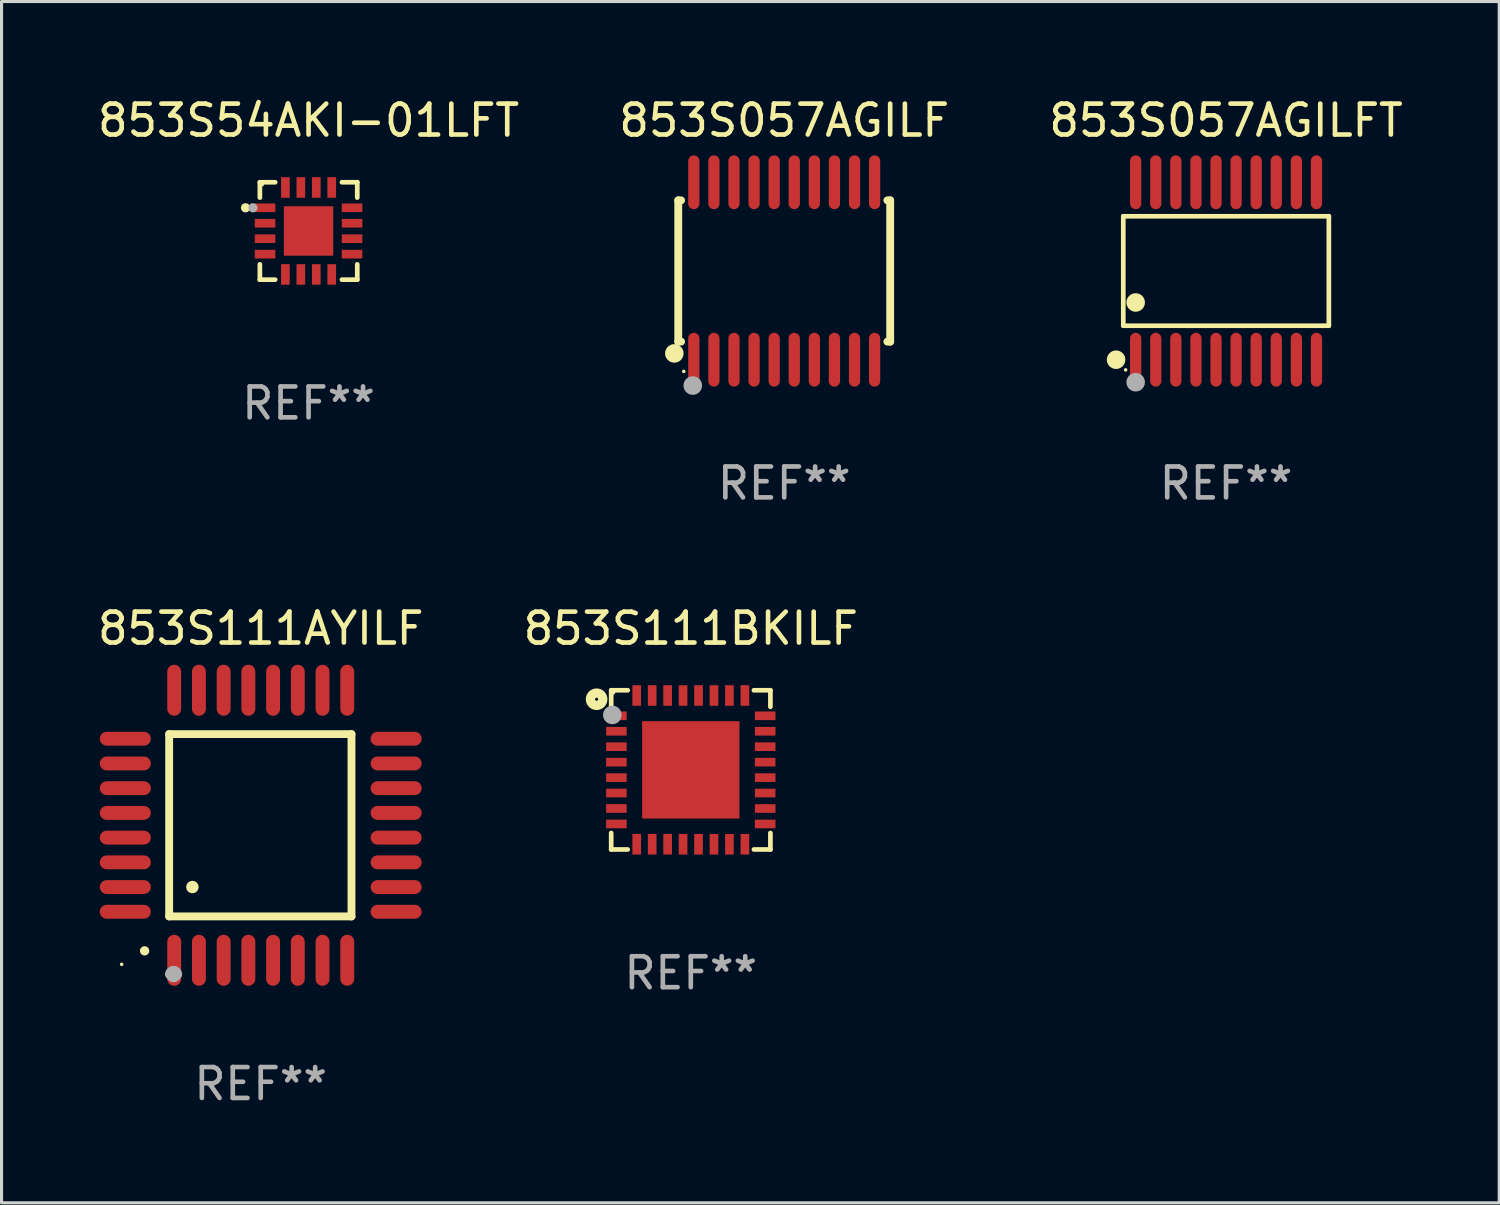
<source format=kicad_pcb>
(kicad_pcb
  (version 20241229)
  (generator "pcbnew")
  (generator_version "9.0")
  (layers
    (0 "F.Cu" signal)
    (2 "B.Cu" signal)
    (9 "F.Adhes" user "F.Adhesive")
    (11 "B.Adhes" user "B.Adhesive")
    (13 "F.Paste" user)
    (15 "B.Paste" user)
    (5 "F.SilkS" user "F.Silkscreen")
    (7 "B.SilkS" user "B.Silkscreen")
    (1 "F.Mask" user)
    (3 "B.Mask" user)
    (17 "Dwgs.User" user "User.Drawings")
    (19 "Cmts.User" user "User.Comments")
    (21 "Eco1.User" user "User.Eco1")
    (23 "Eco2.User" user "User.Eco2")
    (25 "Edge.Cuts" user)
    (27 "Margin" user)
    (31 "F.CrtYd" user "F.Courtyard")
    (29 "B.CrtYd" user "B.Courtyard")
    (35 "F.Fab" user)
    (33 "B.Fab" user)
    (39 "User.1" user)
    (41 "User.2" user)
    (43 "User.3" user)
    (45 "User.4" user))
  (footprint "853S057AGILFT"
    (layer "F.Cu")
    (at 36.625 5.719)
    (property "Reference" "853S057AGILFT" (at 0 -4.871 0) (layer "F.SilkS") (effects (font (size 1 1) (thickness 0.15))))
    (attr through_hole)
    (fp_line (start -3.326 -1.771) (end 3.326 -1.771) (stroke (width 0.152) (type solid)) (layer "F.SilkS"))
    (fp_line (start -3.326 1.771) (end -3.326 -1.771) (stroke (width 0.152) (type solid)) (layer "F.SilkS"))
    (fp_line (start 3.326 -1.771) (end 3.326 1.771) (stroke (width 0.152) (type solid)) (layer "F.SilkS"))
    (fp_line (start 3.326 1.771) (end -3.326 1.771) (stroke (width 0.152) (type solid)) (layer "F.SilkS"))
    (fp_circle (center -3.559 2.871) (end -3.409 2.871) (stroke (width 0.3) (type solid)) (fill no) (layer "F.SilkS"))
    (fp_circle (center -3.25 3.2) (end -3.22 3.2) (stroke (width 0.06) (type solid)) (fill no) (layer "F.SilkS"))
    (fp_circle (center -2.925 1.019) (end -2.775 1.019) (stroke (width 0.3) (type solid)) (fill no) (layer "F.SilkS"))
    (fp_circle (center -2.925 3.6) (end -2.775 3.6) (stroke (width 0.3) (type solid)) (fill no) (layer "F.Fab"))
    (fp_text user "REF**" (at 0 6.871 0) (layer "F.Fab") (effects (font (size 1 1) (thickness 0.15))))
    (pad "1" smd oval (at -2.925 2.871) (size 0.364 1.742) (layers "F.Cu" "F.Mask" "F.Paste"))
    (pad "2" smd oval (at -2.275 2.871) (size 0.364 1.742) (layers "F.Cu" "F.Mask" "F.Paste"))
    (pad "3" smd oval (at -1.625 2.871) (size 0.364 1.742) (layers "F.Cu" "F.Mask" "F.Paste"))
    (pad "4" smd oval (at -0.975 2.871) (size 0.364 1.742) (layers "F.Cu" "F.Mask" "F.Paste"))
    (pad "5" smd oval (at -0.325 2.871) (size 0.364 1.742) (layers "F.Cu" "F.Mask" "F.Paste"))
    (pad "6" smd oval (at 0.325 2.871) (size 0.364 1.742) (layers "F.Cu" "F.Mask" "F.Paste"))
    (pad "7" smd oval (at 0.975 2.871) (size 0.364 1.742) (layers "F.Cu" "F.Mask" "F.Paste"))
    (pad "8" smd oval (at 1.625 2.871) (size 0.364 1.742) (layers "F.Cu" "F.Mask" "F.Paste"))
    (pad "9" smd oval (at 2.275 2.871) (size 0.364 1.742) (layers "F.Cu" "F.Mask" "F.Paste"))
    (pad "10" smd oval (at 2.925 2.871) (size 0.364 1.742) (layers "F.Cu" "F.Mask" "F.Paste"))
    (pad "11" smd oval (at 2.925 -2.871) (size 0.364 1.742) (layers "F.Cu" "F.Mask" "F.Paste"))
    (pad "12" smd oval (at 2.275 -2.871) (size 0.364 1.742) (layers "F.Cu" "F.Mask" "F.Paste"))
    (pad "13" smd oval (at 1.625 -2.871) (size 0.364 1.742) (layers "F.Cu" "F.Mask" "F.Paste"))
    (pad "14" smd oval (at 0.975 -2.871) (size 0.364 1.742) (layers "F.Cu" "F.Mask" "F.Paste"))
    (pad "15" smd oval (at 0.325 -2.871) (size 0.364 1.742) (layers "F.Cu" "F.Mask" "F.Paste"))
    (pad "16" smd oval (at -0.325 -2.871) (size 0.364 1.742) (layers "F.Cu" "F.Mask" "F.Paste"))
    (pad "17" smd oval (at -0.975 -2.871) (size 0.364 1.742) (layers "F.Cu" "F.Mask" "F.Paste"))
    (pad "18" smd oval (at -1.625 -2.871) (size 0.364 1.742) (layers "F.Cu" "F.Mask" "F.Paste"))
    (pad "19" smd oval (at -2.275 -2.871) (size 0.364 1.742) (layers "F.Cu" "F.Mask" "F.Paste"))
    (pad "20" smd oval (at -2.925 -2.871) (size 0.364 1.742) (layers "F.Cu" "F.Mask" "F.Paste")))
  (footprint "853S057AGILF"
    (layer "F.Cu")
    (at 22.327 5.719)
    (property "Reference" "853S057AGILF" (at 0 -4.871 0) (layer "F.SilkS") (effects (font (size 1 1) (thickness 0.15))))
    (attr through_hole)
    (fp_line (start -3.429 -2.286) (end -3.429 2.286) (stroke (width 0.254) (type solid)) (layer "F.SilkS"))
    (fp_line (start -3.429 2.286) (end -3.338 2.286) (stroke (width 0.254) (type solid)) (layer "F.SilkS"))
    (fp_line (start -3.338 -2.286) (end -3.429 -2.286) (stroke (width 0.254) (type solid)) (layer "F.SilkS"))
    (fp_line (start 3.338 -2.286) (end 3.429 -2.286) (stroke (width 0.254) (type solid)) (layer "F.SilkS"))
    (fp_line (start 3.429 -2.286) (end 3.429 2.286) (stroke (width 0.254) (type solid)) (layer "F.SilkS"))
    (fp_line (start 3.429 2.286) (end 3.338 2.286) (stroke (width 0.254) (type solid)) (layer "F.SilkS"))
    (fp_circle (center -3.556 2.667) (end -3.406 2.667) (stroke (width 0.3) (type solid)) (fill no) (layer "F.SilkS"))
    (fp_circle (center -3.25 3.25) (end -3.22 3.25) (stroke (width 0.06) (type solid)) (fill no) (layer "F.SilkS"))
    (fp_circle (center -2.959 3.707) (end -2.808 3.707) (stroke (width 0.3) (type solid)) (fill no) (layer "F.Fab"))
    (fp_text user "REF**" (at 0 6.871 0) (layer "F.Fab") (effects (font (size 1 1) (thickness 0.15))))
    (pad "1" smd oval (at -2.925 2.871) (size 0.364 1.742) (layers "F.Cu" "F.Mask" "F.Paste"))
    (pad "2" smd oval (at -2.275 2.871) (size 0.364 1.742) (layers "F.Cu" "F.Mask" "F.Paste"))
    (pad "3" smd oval (at -1.625 2.871) (size 0.364 1.742) (layers "F.Cu" "F.Mask" "F.Paste"))
    (pad "4" smd oval (at -0.975 2.871) (size 0.364 1.742) (layers "F.Cu" "F.Mask" "F.Paste"))
    (pad "5" smd oval (at -0.325 2.871) (size 0.364 1.742) (layers "F.Cu" "F.Mask" "F.Paste"))
    (pad "6" smd oval (at 0.325 2.871) (size 0.364 1.742) (layers "F.Cu" "F.Mask" "F.Paste"))
    (pad "7" smd oval (at 0.975 2.871) (size 0.364 1.742) (layers "F.Cu" "F.Mask" "F.Paste"))
    (pad "8" smd oval (at 1.625 2.871) (size 0.364 1.742) (layers "F.Cu" "F.Mask" "F.Paste"))
    (pad "9" smd oval (at 2.275 2.871) (size 0.364 1.742) (layers "F.Cu" "F.Mask" "F.Paste"))
    (pad "10" smd oval (at 2.925 2.871) (size 0.364 1.742) (layers "F.Cu" "F.Mask" "F.Paste"))
    (pad "11" smd oval (at 2.925 -2.871) (size 0.364 1.742) (layers "F.Cu" "F.Mask" "F.Paste"))
    (pad "12" smd oval (at 2.275 -2.871) (size 0.364 1.742) (layers "F.Cu" "F.Mask" "F.Paste"))
    (pad "13" smd oval (at 1.625 -2.871) (size 0.364 1.742) (layers "F.Cu" "F.Mask" "F.Paste"))
    (pad "14" smd oval (at 0.975 -2.871) (size 0.364 1.742) (layers "F.Cu" "F.Mask" "F.Paste"))
    (pad "15" smd oval (at 0.325 -2.871) (size 0.364 1.742) (layers "F.Cu" "F.Mask" "F.Paste"))
    (pad "16" smd oval (at -0.325 -2.871) (size 0.364 1.742) (layers "F.Cu" "F.Mask" "F.Paste"))
    (pad "17" smd oval (at -0.975 -2.871) (size 0.364 1.742) (layers "F.Cu" "F.Mask" "F.Paste"))
    (pad "18" smd oval (at -1.625 -2.871) (size 0.364 1.742) (layers "F.Cu" "F.Mask" "F.Paste"))
    (pad "19" smd oval (at -2.275 -2.871) (size 0.364 1.742) (layers "F.Cu" "F.Mask" "F.Paste"))
    (pad "20" smd oval (at -2.925 -2.871) (size 0.364 1.742) (layers "F.Cu" "F.Mask" "F.Paste")))
  (footprint "853S111BKILF"
    (layer "F.Cu")
    (at 19.304 21.863)
    (property "Reference" "853S111BKILF" (at 0 -4.576 0) (layer "F.SilkS") (effects (font (size 1 1) (thickness 0.15))))
    (attr through_hole)
    (fp_line (start -2.576 -2.576) (end -2.042 -2.576) (stroke (width 0.152) (type solid)) (layer "F.SilkS"))
    (fp_line (start -2.576 -2.042) (end -2.576 -2.576) (stroke (width 0.152) (type solid)) (layer "F.SilkS"))
    (fp_line (start -2.576 2.042) (end -2.576 2.576) (stroke (width 0.152) (type solid)) (layer "F.SilkS"))
    (fp_line (start -2.576 2.576) (end -2.042 2.576) (stroke (width 0.152) (type solid)) (layer "F.SilkS"))
    (fp_line (start 2.576 -2.576) (end 2.042 -2.576) (stroke (width 0.152) (type solid)) (layer "F.SilkS"))
    (fp_line (start 2.576 -2.042) (end 2.576 -2.576) (stroke (width 0.152) (type solid)) (layer "F.SilkS"))
    (fp_line (start 2.576 2.042) (end 2.576 2.576) (stroke (width 0.152) (type solid)) (layer "F.SilkS"))
    (fp_line (start 2.576 2.576) (end 2.042 2.576) (stroke (width 0.152) (type solid)) (layer "F.SilkS"))
    (fp_circle (center -3.048 -2.286) (end -2.848 -2.286) (stroke (width 0.3) (type solid)) (fill no) (layer "F.SilkS"))
    (fp_circle (center -2.5 -2.5) (end -2.47 -2.5) (stroke (width 0.06) (type solid)) (fill no) (layer "F.SilkS"))
    (fp_circle (center -2.54 -1.778) (end -2.39 -1.778) (stroke (width 0.3) (type solid)) (fill no) (layer "F.Fab"))
    (fp_text user "REF**" (at 0 6.576 0) (layer "F.Fab") (effects (font (size 1 1) (thickness 0.15))))
    (pad "1" smd rect (at -2.407 -1.75) (size 0.665 0.28) (layers "F.Cu" "F.Mask" "F.Paste"))
    (pad "2" smd rect (at -2.407 -1.25) (size 0.665 0.28) (layers "F.Cu" "F.Mask" "F.Paste"))
    (pad "3" smd rect (at -2.407 -0.75) (size 0.665 0.28) (layers "F.Cu" "F.Mask" "F.Paste"))
    (pad "4" smd rect (at -2.407 -0.25) (size 0.665 0.28) (layers "F.Cu" "F.Mask" "F.Paste"))
    (pad "5" smd rect (at -2.407 0.25) (size 0.665 0.28) (layers "F.Cu" "F.Mask" "F.Paste"))
    (pad "6" smd rect (at -2.407 0.75) (size 0.665 0.28) (layers "F.Cu" "F.Mask" "F.Paste"))
    (pad "7" smd rect (at -2.407 1.25) (size 0.665 0.28) (layers "F.Cu" "F.Mask" "F.Paste"))
    (pad "8" smd rect (at -2.407 1.75) (size 0.665 0.28) (layers "F.Cu" "F.Mask" "F.Paste"))
    (pad "9" smd rect (at -1.75 2.407) (size 0.28 0.665) (layers "F.Cu" "F.Mask" "F.Paste"))
    (pad "10" smd rect (at -1.25 2.407) (size 0.28 0.665) (layers "F.Cu" "F.Mask" "F.Paste"))
    (pad "11" smd rect (at -0.75 2.407) (size 0.28 0.665) (layers "F.Cu" "F.Mask" "F.Paste"))
    (pad "12" smd rect (at -0.25 2.407) (size 0.28 0.665) (layers "F.Cu" "F.Mask" "F.Paste"))
    (pad "13" smd rect (at 0.25 2.407) (size 0.28 0.665) (layers "F.Cu" "F.Mask" "F.Paste"))
    (pad "14" smd rect (at 0.75 2.407) (size 0.28 0.665) (layers "F.Cu" "F.Mask" "F.Paste"))
    (pad "15" smd rect (at 1.25 2.407) (size 0.28 0.665) (layers "F.Cu" "F.Mask" "F.Paste"))
    (pad "16" smd rect (at 1.75 2.407) (size 0.28 0.665) (layers "F.Cu" "F.Mask" "F.Paste"))
    (pad "17" smd rect (at 2.407 1.75) (size 0.665 0.28) (layers "F.Cu" "F.Mask" "F.Paste"))
    (pad "18" smd rect (at 2.407 1.25) (size 0.665 0.28) (layers "F.Cu" "F.Mask" "F.Paste"))
    (pad "19" smd rect (at 2.407 0.75) (size 0.665 0.28) (layers "F.Cu" "F.Mask" "F.Paste"))
    (pad "20" smd rect (at 2.407 0.25) (size 0.665 0.28) (layers "F.Cu" "F.Mask" "F.Paste"))
    (pad "21" smd rect (at 2.407 -0.25) (size 0.665 0.28) (layers "F.Cu" "F.Mask" "F.Paste"))
    (pad "22" smd rect (at 2.407 -0.75) (size 0.665 0.28) (layers "F.Cu" "F.Mask" "F.Paste"))
    (pad "23" smd rect (at 2.407 -1.25) (size 0.665 0.28) (layers "F.Cu" "F.Mask" "F.Paste"))
    (pad "24" smd rect (at 2.407 -1.75) (size 0.665 0.28) (layers "F.Cu" "F.Mask" "F.Paste"))
    (pad "25" smd rect (at 1.75 -2.407) (size 0.28 0.665) (layers "F.Cu" "F.Mask" "F.Paste"))
    (pad "26" smd rect (at 1.25 -2.407) (size 0.28 0.665) (layers "F.Cu" "F.Mask" "F.Paste"))
    (pad "27" smd rect (at 0.75 -2.407) (size 0.28 0.665) (layers "F.Cu" "F.Mask" "F.Paste"))
    (pad "28" smd rect (at 0.25 -2.407) (size 0.28 0.665) (layers "F.Cu" "F.Mask" "F.Paste"))
    (pad "29" smd rect (at -0.25 -2.407) (size 0.28 0.665) (layers "F.Cu" "F.Mask" "F.Paste"))
    (pad "30" smd rect (at -0.75 -2.407) (size 0.28 0.665) (layers "F.Cu" "F.Mask" "F.Paste"))
    (pad "31" smd rect (at -1.25 -2.407) (size 0.28 0.665) (layers "F.Cu" "F.Mask" "F.Paste"))
    (pad "32" smd rect (at -1.75 -2.407) (size 0.28 0.665) (layers "F.Cu" "F.Mask" "F.Paste"))
    (pad "33" smd rect (at 0 0) (size 3.15 3.15) (layers "F.Cu" "F.Mask" "F.Paste")))
  (footprint "853S54AKI-01LFT"
    (layer "F.Cu")
    (at 6.935 4.424)
    (property "Reference" "853S54AKI-01LFT" (at 0 -3.576 0) (layer "F.SilkS") (effects (font (size 1 1) (thickness 0.15))))
    (attr through_hole)
    (fp_line (start -1.576 -1.576) (end -1.576 -1.08) (stroke (width 0.152) (type solid)) (layer "F.SilkS"))
    (fp_line (start -1.576 1.576) (end -1.576 1.08) (stroke (width 0.152) (type solid)) (layer "F.SilkS"))
    (fp_line (start -1.08 -1.576) (end -1.576 -1.576) (stroke (width 0.152) (type solid)) (layer "F.SilkS"))
    (fp_line (start -1.08 1.576) (end -1.576 1.576) (stroke (width 0.152) (type solid)) (layer "F.SilkS"))
    (fp_line (start 1.08 -1.576) (end 1.576 -1.576) (stroke (width 0.152) (type solid)) (layer "F.SilkS"))
    (fp_line (start 1.08 1.576) (end 1.576 1.576) (stroke (width 0.152) (type solid)) (layer "F.SilkS"))
    (fp_line (start 1.576 -1.576) (end 1.576 -1.08) (stroke (width 0.152) (type solid)) (layer "F.SilkS"))
    (fp_line (start 1.576 1.576) (end 1.576 1.08) (stroke (width 0.152) (type solid)) (layer "F.SilkS"))
    (fp_circle (center -2.04 -0.75) (end -1.965 -0.75) (stroke (width 0.15) (type solid)) (fill no) (layer "F.SilkS"))
    (fp_circle (center -1.5 -1.5) (end -1.47 -1.5) (stroke (width 0.06) (type solid)) (fill no) (layer "F.SilkS"))
    (fp_circle (center -1.8 -0.75) (end -1.725 -0.75) (stroke (width 0.15) (type solid)) (fill no) (layer "F.Fab"))
    (fp_text user "REF**" (at 0 5.576 0) (layer "F.Fab") (effects (font (size 1 1) (thickness 0.15))))
    (pad "1" smd rect (at -1.407 -0.75 270) (size 0.28 0.665) (layers "F.Cu" "F.Mask" "F.Paste"))
    (pad "2" smd rect (at -1.407 -0.25 270) (size 0.28 0.665) (layers "F.Cu" "F.Mask" "F.Paste"))
    (pad "3" smd rect (at -1.407 0.25 270) (size 0.28 0.665) (layers "F.Cu" "F.Mask" "F.Paste"))
    (pad "4" smd rect (at -1.407 0.75 270) (size 0.28 0.665) (layers "F.Cu" "F.Mask" "F.Paste"))
    (pad "5" smd rect (at -0.75 1.407 270) (size 0.665 0.28) (layers "F.Cu" "F.Mask" "F.Paste"))
    (pad "6" smd rect (at -0.25 1.407 270) (size 0.665 0.28) (layers "F.Cu" "F.Mask" "F.Paste"))
    (pad "7" smd rect (at 0.25 1.407 270) (size 0.665 0.28) (layers "F.Cu" "F.Mask" "F.Paste"))
    (pad "8" smd rect (at 0.75 1.407 270) (size 0.665 0.28) (layers "F.Cu" "F.Mask" "F.Paste"))
    (pad "9" smd rect (at 1.407 0.75 270) (size 0.28 0.665) (layers "F.Cu" "F.Mask" "F.Paste"))
    (pad "10" smd rect (at 1.407 0.25 270) (size 0.28 0.665) (layers "F.Cu" "F.Mask" "F.Paste"))
    (pad "11" smd rect (at 1.407 -0.25 270) (size 0.28 0.665) (layers "F.Cu" "F.Mask" "F.Paste"))
    (pad "12" smd rect (at 1.407 -0.75 270) (size 0.28 0.665) (layers "F.Cu" "F.Mask" "F.Paste"))
    (pad "13" smd rect (at 0.75 -1.407 270) (size 0.665 0.28) (layers "F.Cu" "F.Mask" "F.Paste"))
    (pad "14" smd rect (at 0.25 -1.407 270) (size 0.665 0.28) (layers "F.Cu" "F.Mask" "F.Paste"))
    (pad "15" smd rect (at -0.25 -1.407 270) (size 0.665 0.28) (layers "F.Cu" "F.Mask" "F.Paste"))
    (pad "16" smd rect (at -0.75 -1.407 270) (size 0.665 0.28) (layers "F.Cu" "F.Mask" "F.Paste"))
    (pad "17" smd rect (at 0 0 270) (size 1.6 1.6) (layers "F.Cu" "F.Mask" "F.Paste")))
  (footprint "853S111AYILF"
    (layer "F.Cu")
    (at 5.387 23.655)
    (property "Reference" "853S111AYILF" (at 0 -6.369 0) (layer "F.SilkS") (effects (font (size 1 1) (thickness 0.15))))
    (attr through_hole)
    (fp_line (start -2.963 -2.95) (end -2.963 2.95) (stroke (width 0.254) (type solid)) (layer "F.SilkS"))
    (fp_line (start -2.963 2.95) (end 2.937 2.95) (stroke (width 0.254) (type solid)) (layer "F.SilkS"))
    (fp_line (start 2.937 -2.95) (end -2.963 -2.95) (stroke (width 0.254) (type solid)) (layer "F.SilkS"))
    (fp_line (start 2.937 2.95) (end 2.937 -2.95) (stroke (width 0.254) (type solid)) (layer "F.SilkS"))
    (fp_arc (start -3.759208 4.064008) (mid -3.757938 4.064003) (end -3.756668 4.064008) (stroke (width 0.3) (type solid)) (layer "F.SilkS"))
    (fp_arc (start -2.212344 1.998984) (mid -2.211074 1.99898) (end -2.209804 1.998984) (stroke (width 0.4) (type solid)) (layer "F.SilkS"))
    (fp_circle (center -4.5 4.5) (end -4.47 4.5) (stroke (width 0.06) (type solid)) (fill no) (layer "F.SilkS"))
    (fp_arc (start -2.967489 4.82601) (mid -2.819406 4.677927) (end -2.671323 4.82601) (stroke (width 0.254001) (type solid)) (layer "F.Fab"))
    (fp_arc (start -2.967488 4.82601) (mid -2.819406 4.791053) (end -2.671324 4.82601) (stroke (width 0.254001) (type solid)) (layer "F.Fab"))
    (fp_circle (center -2.819 4.826) (end -2.692 4.826) (stroke (width 0.254) (type solid)) (fill no) (layer "F.Fab"))
    (fp_text user "REF**" (at 0 8.369 0) (layer "F.Fab") (effects (font (size 1 1) (thickness 0.15))))
    (pad "1" smd oval (at -2.8 4.369) (size 0.45 1.65) (layers "F.Cu" "F.Mask" "F.Paste"))
    (pad "2" smd oval (at -2 4.369) (size 0.45 1.65) (layers "F.Cu" "F.Mask" "F.Paste"))
    (pad "3" smd oval (at -1.2 4.369) (size 0.45 1.65) (layers "F.Cu" "F.Mask" "F.Paste"))
    (pad "4" smd oval (at -0.4 4.369) (size 0.45 1.65) (layers "F.Cu" "F.Mask" "F.Paste"))
    (pad "5" smd oval (at 0.4 4.369) (size 0.45 1.65) (layers "F.Cu" "F.Mask" "F.Paste"))
    (pad "6" smd oval (at 1.2 4.369) (size 0.45 1.65) (layers "F.Cu" "F.Mask" "F.Paste"))
    (pad "7" smd oval (at 2 4.369) (size 0.45 1.65) (layers "F.Cu" "F.Mask" "F.Paste"))
    (pad "8" smd oval (at 2.8 4.369) (size 0.45 1.65) (layers "F.Cu" "F.Mask" "F.Paste"))
    (pad "9" smd oval (at 4.382 2.8) (size 1.65 0.45) (layers "F.Cu" "F.Mask" "F.Paste"))
    (pad "10" smd oval (at 4.382 2) (size 1.65 0.45) (layers "F.Cu" "F.Mask" "F.Paste"))
    (pad "11" smd oval (at 4.382 1.2) (size 1.65 0.45) (layers "F.Cu" "F.Mask" "F.Paste"))
    (pad "12" smd oval (at 4.382 0.4) (size 1.65 0.45) (layers "F.Cu" "F.Mask" "F.Paste"))
    (pad "13" smd oval (at 4.382 -0.4) (size 1.65 0.45) (layers "F.Cu" "F.Mask" "F.Paste"))
    (pad "14" smd oval (at 4.382 -1.2) (size 1.65 0.45) (layers "F.Cu" "F.Mask" "F.Paste"))
    (pad "15" smd oval (at 4.382 -2) (size 1.65 0.45) (layers "F.Cu" "F.Mask" "F.Paste"))
    (pad "16" smd oval (at 4.382 -2.8) (size 1.65 0.45) (layers "F.Cu" "F.Mask" "F.Paste"))
    (pad "17" smd oval (at 2.8 -4.369) (size 0.45 1.65) (layers "F.Cu" "F.Mask" "F.Paste"))
    (pad "18" smd oval (at 2 -4.369) (size 0.45 1.65) (layers "F.Cu" "F.Mask" "F.Paste"))
    (pad "19" smd oval (at 1.2 -4.369) (size 0.45 1.65) (layers "F.Cu" "F.Mask" "F.Paste"))
    (pad "20" smd oval (at 0.4 -4.369) (size 0.45 1.65) (layers "F.Cu" "F.Mask" "F.Paste"))
    (pad "21" smd oval (at -0.4 -4.369) (size 0.45 1.65) (layers "F.Cu" "F.Mask" "F.Paste"))
    (pad "22" smd oval (at -1.2 -4.369) (size 0.45 1.65) (layers "F.Cu" "F.Mask" "F.Paste"))
    (pad "23" smd oval (at -2 -4.369) (size 0.45 1.65) (layers "F.Cu" "F.Mask" "F.Paste"))
    (pad "24" smd oval (at -2.8 -4.369) (size 0.45 1.65) (layers "F.Cu" "F.Mask" "F.Paste"))
    (pad "25" smd oval (at -4.382 -2.8) (size 1.65 0.45) (layers "F.Cu" "F.Mask" "F.Paste"))
    (pad "26" smd oval (at -4.382 -2) (size 1.65 0.45) (layers "F.Cu" "F.Mask" "F.Paste"))
    (pad "27" smd oval (at -4.382 -1.2) (size 1.65 0.45) (layers "F.Cu" "F.Mask" "F.Paste"))
    (pad "28" smd oval (at -4.382 -0.4) (size 1.65 0.45) (layers "F.Cu" "F.Mask" "F.Paste"))
    (pad "29" smd oval (at -4.382 0.4) (size 1.65 0.45) (layers "F.Cu" "F.Mask" "F.Paste"))
    (pad "30" smd oval (at -4.382 1.2) (size 1.65 0.45) (layers "F.Cu" "F.Mask" "F.Paste"))
    (pad "31" smd oval (at -4.382 2) (size 1.65 0.45) (layers "F.Cu" "F.Mask" "F.Paste"))
    (pad "32" smd oval (at -4.382 2.8) (size 1.65 0.45) (layers "F.Cu" "F.Mask" "F.Paste")))
  (gr_rect
    (start -3 -3)
    (end 45.464 35.873)
    (stroke (width 0.1) (type default))
    (fill no)
    (layer "Edge.Cuts")))
</source>
